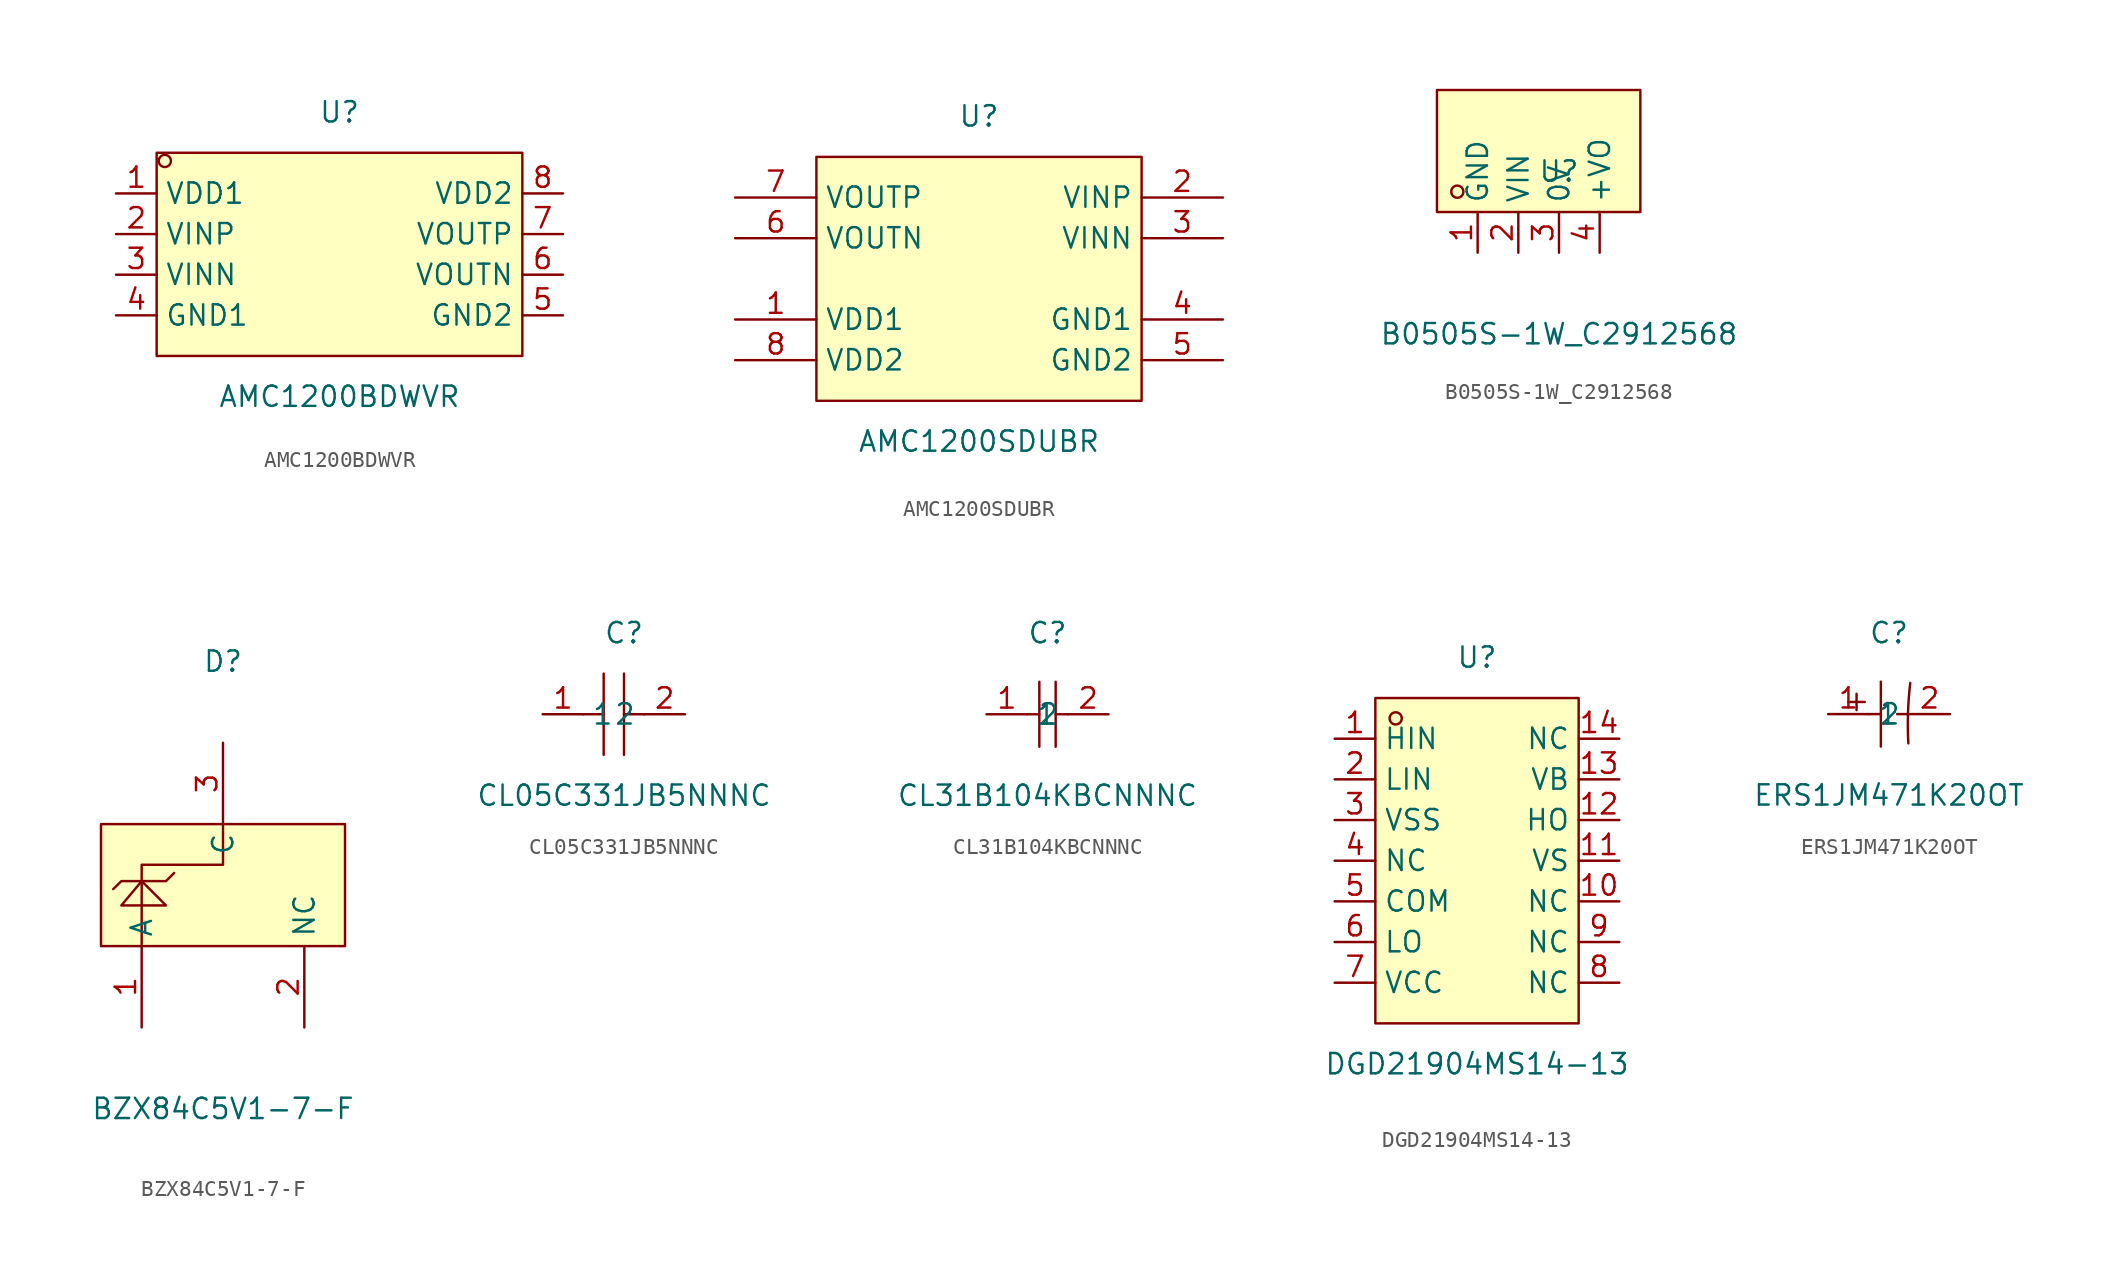
<source format=kicad_sym>
(kicad_symbol_lib
  (version 20211014)
  (generator https://github.com/uPesy/easyeda2kicad.py)
  (symbol "AMC1200BDWVR"
    (property "Reference" "U"
      (at 0 8.89 0)
      (effects (font (size 1.27 1.27))))
    (property "Value" "AMC1200BDWVR"
      (at 0 -8.89 0)
      (effects (font (size 1.27 1.27))))
    (symbol "AMC1200BDWVR_0_1"
      (rectangle (start -11.43 6.35) (end 11.43 -6.35) (stroke (width 0) (type default) (color 0 0 0 0)) (fill (type background)))
      (circle (center -10.92 5.84) (radius 0.38) (stroke (width 0) (type default) (color 0 0 0 0)) (fill (type none)))
      (pin unspecified line (at -13.97 3.81 0) (length 2.54) (name "VDD1" (effects (font (size 1.27 1.27)))) (number "1" (effects (font (size 1.27 1.27)))))
      (pin unspecified line (at -13.97 1.27 0) (length 2.54) (name "VINP" (effects (font (size 1.27 1.27)))) (number "2" (effects (font (size 1.27 1.27)))))
      (pin unspecified line (at -13.97 -1.27 0) (length 2.54) (name "VINN" (effects (font (size 1.27 1.27)))) (number "3" (effects (font (size 1.27 1.27)))))
      (pin unspecified line (at -13.97 -3.81 0) (length 2.54) (name "GND1" (effects (font (size 1.27 1.27)))) (number "4" (effects (font (size 1.27 1.27)))))
      (pin unspecified line (at 13.97 -3.81 180) (length 2.54) (name "GND2" (effects (font (size 1.27 1.27)))) (number "5" (effects (font (size 1.27 1.27)))))
      (pin unspecified line (at 13.97 -1.27 180) (length 2.54) (name "VOUTN" (effects (font (size 1.27 1.27)))) (number "6" (effects (font (size 1.27 1.27)))))
      (pin unspecified line (at 13.97 1.27 180) (length 2.54) (name "VOUTP" (effects (font (size 1.27 1.27)))) (number "7" (effects (font (size 1.27 1.27)))))
      (pin unspecified line (at 13.97 3.81 180) (length 2.54) (name "VDD2" (effects (font (size 1.27 1.27)))) (number "8" (effects (font (size 1.27 1.27)))))))
  (symbol "AMC1200SDUBR"
    (property "Reference" "U"
      (at 0 10.16 0)
      (effects (font (size 1.27 1.27))))
    (property "Value" "AMC1200SDUBR"
      (at 0 -10.16 0)
      (effects (font (size 1.27 1.27))))
    (symbol "AMC1200SDUBR_0_1"
      (rectangle (start -10.16 7.62) (end 10.16 -7.62) (stroke (width 0) (type default) (color 0 0 0 0)) (fill (type background)))
      (pin power_in line (at -15.24 -2.54 0) (length 5.08) (name "VDD1" (effects (font (size 1.27 1.27)))) (number "1" (effects (font (size 1.27 1.27)))))
      (pin unspecified line (at 15.24 5.08 180) (length 5.08) (name "VINP" (effects (font (size 1.27 1.27)))) (number "2" (effects (font (size 1.27 1.27)))))
      (pin unspecified line (at 15.24 2.54 180) (length 5.08) (name "VINN" (effects (font (size 1.27 1.27)))) (number "3" (effects (font (size 1.27 1.27)))))
      (pin power_in line (at 15.24 -2.54 180) (length 5.08) (name "GND1" (effects (font (size 1.27 1.27)))) (number "4" (effects (font (size 1.27 1.27)))))
      (pin power_in line (at 15.24 -5.08 180) (length 5.08) (name "GND2" (effects (font (size 1.27 1.27)))) (number "5" (effects (font (size 1.27 1.27)))))
      (pin output line (at -15.24 2.54 0) (length 5.08) (name "VOUTN" (effects (font (size 1.27 1.27)))) (number "6" (effects (font (size 1.27 1.27)))))
      (pin output line (at -15.24 5.08 0) (length 5.08) (name "VOUTP" (effects (font (size 1.27 1.27)))) (number "7" (effects (font (size 1.27 1.27)))))
      (pin power_in line (at -15.24 -5.08 0) (length 5.08) (name "VDD2" (effects (font (size 1.27 1.27)))) (number "8" (effects (font (size 1.27 1.27)))))))
  (symbol "B0505S-1W_C2912568"
    (property "Reference" "U"
      (at 0 0 0)
      (effects (font (size 1.27 1.27))))
    (property "Value" "B0505S-1W_C2912568"
      (at 0 -10.16 0)
      (effects (font (size 1.27 1.27))))
    (symbol "B0505S-1W_C2912568_0_1"
      (rectangle (start -7.62 5.08) (end 5.08 -2.54) (stroke (width 0) (type default) (color 0 0 0 0)) (fill (type background)))
      (circle (center -6.35 -1.27) (radius 0.38) (stroke (width 0) (type default) (color 0 0 0 0)) (fill (type none)))
      (pin unspecified line (at -5.08 -5.08 90) (length 2.54) (name "GND" (effects (font (size 1.27 1.27)))) (number "1" (effects (font (size 1.27 1.27)))))
      (pin unspecified line (at -2.54 -5.08 90) (length 2.54) (name "VIN" (effects (font (size 1.27 1.27)))) (number "2" (effects (font (size 1.27 1.27)))))
      (pin unspecified line (at 0 -5.08 90) (length 2.54) (name "0V" (effects (font (size 1.27 1.27)))) (number "3" (effects (font (size 1.27 1.27)))))
      (pin unspecified line (at 2.54 -5.08 90) (length 2.54) (name "+VO" (effects (font (size 1.27 1.27)))) (number "4" (effects (font (size 1.27 1.27)))))))
  (symbol "BZX84C5V1-7-F"
    (property "Reference" "D"
      (at 0 13.97 0)
      (effects (font (size 1.27 1.27))))
    (property "Value" "BZX84C5V1-7-F"
      (at 0 -13.97 0)
      (effects (font (size 1.27 1.27))))
    (symbol "BZX84C5V1-7-F_0_1"
      (rectangle (start -7.62 3.81) (end 7.62 -3.81) (stroke (width 0) (type default) (color 0 0 0 0)) (fill (type background)))
      (polyline (pts (xy -6.86 -0.25) (xy -6.35 0.25) (xy -3.56 0.25) (xy -3.05 0.76)) (stroke (width 0) (type default) (color 0 0 0 0)) (fill (type none)))
      (polyline (pts (xy -6.35 -1.27) (xy -3.56 -1.27) (xy -5.08 0.25) (xy -6.35 -1.27)) (stroke (width 0) (type default) (color 0 0 0 0)) (fill (type background)))
      (polyline (pts (xy -5.08 -3.81) (xy -5.08 1.27) (xy 0 1.27) (xy 0 3.81)) (stroke (width 0) (type default) (color 0 0 0 0)) (fill (type none)))
      (pin unspecified line (at -5.08 -8.89 90) (length 5.08) (name "A" (effects (font (size 1.27 1.27)))) (number "1" (effects (font (size 1.27 1.27)))))
      (pin unspecified line (at 5.08 -8.89 90) (length 5.08) (name "NC" (effects (font (size 1.27 1.27)))) (number "2" (effects (font (size 1.27 1.27)))))
      (pin unspecified line (at 0 8.89 270) (length 5.08) (name "C" (effects (font (size 1.27 1.27)))) (number "3" (effects (font (size 1.27 1.27)))))))
  (symbol "CL05C331JB5NNNC"
    (property "Reference" "C"
      (at 0 5.08 0)
      (effects (font (size 1.27 1.27))))
    (property "Value" "CL05C331JB5NNNC"
      (at 0 -5.08 0)
      (effects (font (size 1.27 1.27))))
    (symbol "CL05C331JB5NNNC_0_1"
      (polyline (pts (xy -1.27 -2.54) (xy -1.27 2.54)) (stroke (width 0) (type default) (color 0 0 0 0)) (fill (type none)))
      (polyline (pts (xy -1.27 0) (xy -2.54 0)) (stroke (width 0) (type default) (color 0 0 0 0)) (fill (type none)))
      (polyline (pts (xy 0 0) (xy 1.27 0)) (stroke (width 0) (type default) (color 0 0 0 0)) (fill (type none)))
      (polyline (pts (xy 0 2.54) (xy 0 -2.54)) (stroke (width 0) (type default) (color 0 0 0 0)) (fill (type none)))
      (pin unspecified line (at -5.08 0 0) (length 2.54) (name "1" (effects (font (size 1.27 1.27)))) (number "1" (effects (font (size 1.27 1.27)))))
      (pin unspecified line (at 3.81 0 180) (length 2.54) (name "2" (effects (font (size 1.27 1.27)))) (number "2" (effects (font (size 1.27 1.27)))))))
  (symbol "CL31B104KBCNNNC"
    (property "Reference" "C"
      (at 0 5.08 0)
      (effects (font (size 1.27 1.27))))
    (property "Value" "CL31B104KBCNNNC"
      (at 0 -5.08 0)
      (effects (font (size 1.27 1.27))))
    (symbol "CL31B104KBCNNNC_0_1"
      (polyline (pts (xy -1.27 0) (xy -0.51 0)) (stroke (width 0) (type default) (color 0 0 0 0)) (fill (type none)))
      (polyline (pts (xy -0.51 2.03) (xy -0.51 -2.03)) (stroke (width 0) (type default) (color 0 0 0 0)) (fill (type none)))
      (polyline (pts (xy 0.51 0) (xy 1.27 0)) (stroke (width 0) (type default) (color 0 0 0 0)) (fill (type none)))
      (polyline (pts (xy 0.51 2.03) (xy 0.51 -2.03)) (stroke (width 0) (type default) (color 0 0 0 0)) (fill (type none)))
      (pin input line (at -3.81 0 0) (length 2.54) (name "1" (effects (font (size 1.27 1.27)))) (number "1" (effects (font (size 1.27 1.27)))))
      (pin input line (at 3.81 0 180) (length 2.54) (name "2" (effects (font (size 1.27 1.27)))) (number "2" (effects (font (size 1.27 1.27)))))))
  (symbol "DGD21904MS14-13"
    (property "Reference" "U"
      (at 0 12.7 0)
      (effects (font (size 1.27 1.27))))
    (property "Value" "DGD21904MS14-13"
      (at 0 -12.7 0)
      (effects (font (size 1.27 1.27))))
    (symbol "DGD21904MS14-13_0_1"
      (rectangle (start -6.35 10.16) (end 6.35 -10.16) (stroke (width 0) (type default) (color 0 0 0 0)) (fill (type background)))
      (circle (center -5.08 8.89) (radius 0.38) (stroke (width 0) (type default) (color 0 0 0 0)) (fill (type none)))
      (pin unspecified line (at -8.89 7.62 0) (length 2.54) (name "HIN" (effects (font (size 1.27 1.27)))) (number "1" (effects (font (size 1.27 1.27)))))
      (pin unspecified line (at 8.89 -2.54 180) (length 2.54) (name "NC" (effects (font (size 1.27 1.27)))) (number "10" (effects (font (size 1.27 1.27)))))
      (pin unspecified line (at 8.89 0 180) (length 2.54) (name "VS" (effects (font (size 1.27 1.27)))) (number "11" (effects (font (size 1.27 1.27)))))
      (pin unspecified line (at 8.89 2.54 180) (length 2.54) (name "HO" (effects (font (size 1.27 1.27)))) (number "12" (effects (font (size 1.27 1.27)))))
      (pin unspecified line (at 8.89 5.08 180) (length 2.54) (name "VB" (effects (font (size 1.27 1.27)))) (number "13" (effects (font (size 1.27 1.27)))))
      (pin unspecified line (at 8.89 7.62 180) (length 2.54) (name "NC" (effects (font (size 1.27 1.27)))) (number "14" (effects (font (size 1.27 1.27)))))
      (pin unspecified line (at -8.89 5.08 0) (length 2.54) (name "LIN" (effects (font (size 1.27 1.27)))) (number "2" (effects (font (size 1.27 1.27)))))
      (pin unspecified line (at -8.89 2.54 0) (length 2.54) (name "VSS" (effects (font (size 1.27 1.27)))) (number "3" (effects (font (size 1.27 1.27)))))
      (pin unspecified line (at -8.89 0 0) (length 2.54) (name "NC" (effects (font (size 1.27 1.27)))) (number "4" (effects (font (size 1.27 1.27)))))
      (pin unspecified line (at -8.89 -2.54 0) (length 2.54) (name "COM" (effects (font (size 1.27 1.27)))) (number "5" (effects (font (size 1.27 1.27)))))
      (pin unspecified line (at -8.89 -5.08 0) (length 2.54) (name "LO" (effects (font (size 1.27 1.27)))) (number "6" (effects (font (size 1.27 1.27)))))
      (pin unspecified line (at -8.89 -7.62 0) (length 2.54) (name "VCC" (effects (font (size 1.27 1.27)))) (number "7" (effects (font (size 1.27 1.27)))))
      (pin unspecified line (at 8.89 -7.62 180) (length 2.54) (name "NC" (effects (font (size 1.27 1.27)))) (number "8" (effects (font (size 1.27 1.27)))))
      (pin unspecified line (at 8.89 -5.08 180) (length 2.54) (name "NC" (effects (font (size 1.27 1.27)))) (number "9" (effects (font (size 1.27 1.27)))))))
  (symbol "ERS1JM471K20OT"
    (property "Reference" "C"
      (at 0 5.08 0)
      (effects (font (size 1.27 1.27))))
    (property "Value" "ERS1JM471K20OT"
      (at 0 -5.08 0)
      (effects (font (size 1.27 1.27))))
    (symbol "ERS1JM471K20OT_0_1"
      (polyline (pts (xy -2.54 0.76) (xy -1.52 0.76)) (stroke (width 0) (type default) (color 0 0 0 0)) (fill (type none)))
      (polyline (pts (xy -2.03 1.27) (xy -2.03 0.25)) (stroke (width 0) (type default) (color 0 0 0 0)) (fill (type none)))
      (polyline (pts (xy -1.27 0) (xy -0.51 0)) (stroke (width 0) (type default) (color 0 0 0 0)) (fill (type none)))
      (polyline (pts (xy -0.51 2.03) (xy -0.51 -2.03)) (stroke (width 0) (type default) (color 0 0 0 0)) (fill (type none)))
      (polyline (pts (xy 0.51 0) (xy 1.27 0)) (stroke (width 0) (type default) (color 0 0 0 0)) (fill (type none)))
      (arc (start 1.33 1.95) (mid 1.22 -2) (end 1.21 -1.83) (stroke (width 0) (type default) (color 0 0 0 0)) (fill (type none)))
      (pin input line (at -3.81 0 0) (length 2.54) (name "1" (effects (font (size 1.27 1.27)))) (number "1" (effects (font (size 1.27 1.27)))))
      (pin input line (at 3.81 0 180) (length 2.54) (name "2" (effects (font (size 1.27 1.27)))) (number "2" (effects (font (size 1.27 1.27))))))))
</source>
